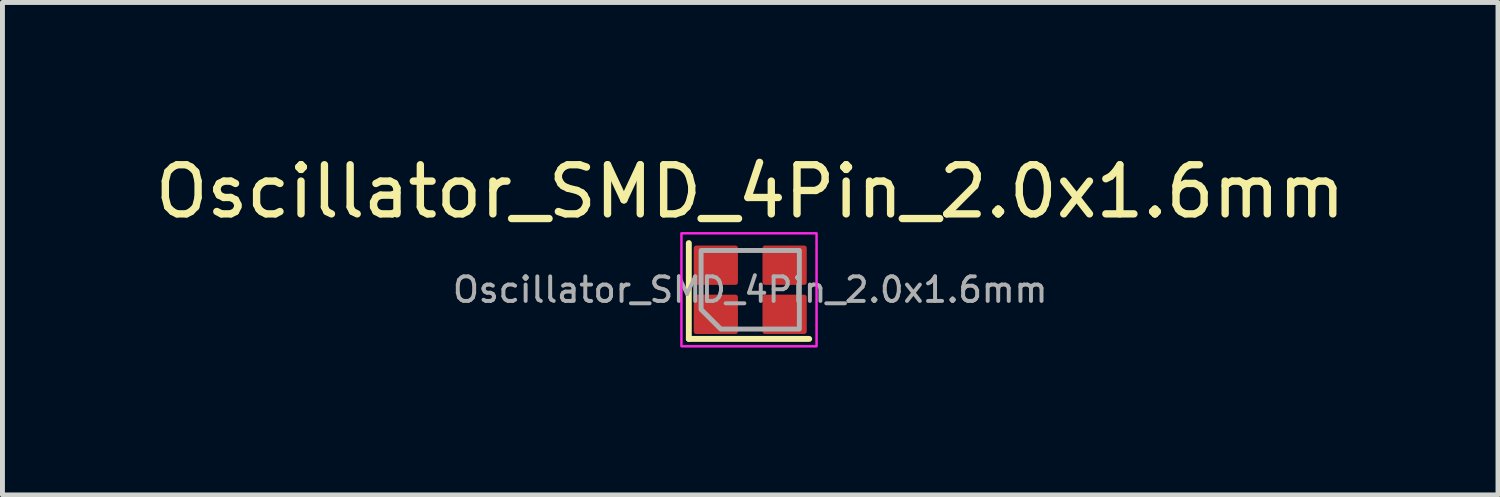
<source format=kicad_pcb>
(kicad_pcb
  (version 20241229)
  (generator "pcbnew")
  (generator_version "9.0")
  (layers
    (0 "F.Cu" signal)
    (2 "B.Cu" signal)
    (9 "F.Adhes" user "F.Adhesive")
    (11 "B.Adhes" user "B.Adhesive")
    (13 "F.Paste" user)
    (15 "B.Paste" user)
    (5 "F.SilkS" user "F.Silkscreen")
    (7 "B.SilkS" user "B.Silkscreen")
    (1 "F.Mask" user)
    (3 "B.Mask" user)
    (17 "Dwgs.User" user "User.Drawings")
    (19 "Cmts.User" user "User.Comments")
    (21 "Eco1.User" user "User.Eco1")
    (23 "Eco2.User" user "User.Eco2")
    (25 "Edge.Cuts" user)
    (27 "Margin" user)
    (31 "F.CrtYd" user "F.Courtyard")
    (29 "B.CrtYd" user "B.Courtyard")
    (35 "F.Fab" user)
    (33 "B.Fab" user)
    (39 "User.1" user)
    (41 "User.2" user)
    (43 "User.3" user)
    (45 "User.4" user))
  (footprint "Oscillator_SMD_4Pin_2.0x1.6mm"
    (layer "F.Cu")
    (at 12.22 2.848)
    (property "Reference" "Oscillator_SMD_4Pin_2.0x1.6mm" (at 0 -2 0) (layer "F.SilkS") (effects (font (size 1 1) (thickness 0.15))))
    (attr smd)
    (fp_line (start -1.25 -0.95) (end -1.25 1) (stroke (width 0.12) (type solid)) (layer "F.SilkS"))
    (fp_line (start -1.25 1) (end 1.2 1) (stroke (width 0.12) (type solid)) (layer "F.SilkS"))
    (fp_rect (start -1.4 -1.15) (end 1.35 1.15) (stroke (width 0.05) (type solid)) (fill no) (layer "F.CrtYd"))
    (fp_poly (pts (xy -1 -0.8) (xy -1 0.4) (xy -0.6 0.8) (xy 1 0.8) (xy 1 -0.8)) (stroke (width 0.1) (type solid)) (fill no) (layer "F.Fab"))
    (fp_text user "${REFERENCE}" (at 0 0 0) (layer "F.Fab") (effects (font (size 0.5 0.5) (thickness 0.08))))
    (pad "1" smd roundrect (at -0.7 0.5) (size 0.9 0.8) (layers "F.Cu" "F.Mask" "F.Paste") (roundrect_rratio 0.062))
    (pad "2" smd roundrect (at 0.7 0.5) (size 0.9 0.8) (layers "F.Cu" "F.Mask" "F.Paste") (roundrect_rratio 0.062))
    (pad "3" smd roundrect (at 0.7 -0.5) (size 0.9 0.8) (layers "F.Cu" "F.Mask" "F.Paste") (roundrect_rratio 0.062))
    (pad "4" smd roundrect (at -0.7 -0.5) (size 0.9 0.8) (layers "F.Cu" "F.Mask" "F.Paste") (roundrect_rratio 0.062)))
  (gr_rect
    (start -3 -3)
    (end 27.44 7.023)
    (stroke (width 0.1) (type default))
    (fill no)
    (layer "Edge.Cuts")))
</source>
